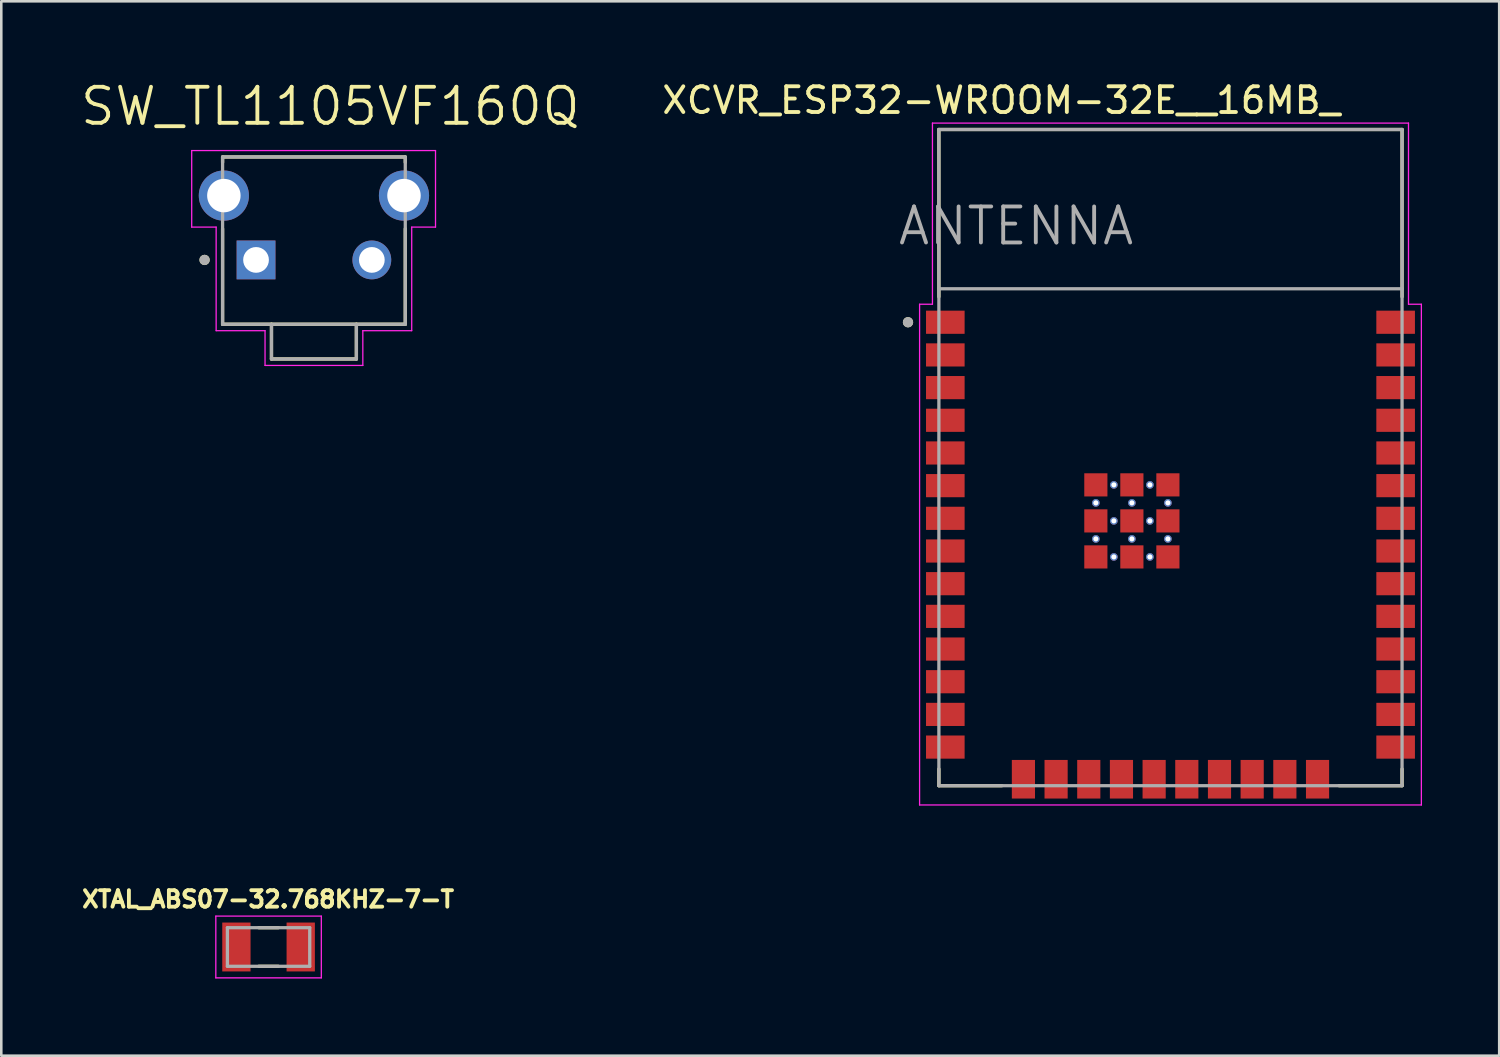
<source format=kicad_pcb>
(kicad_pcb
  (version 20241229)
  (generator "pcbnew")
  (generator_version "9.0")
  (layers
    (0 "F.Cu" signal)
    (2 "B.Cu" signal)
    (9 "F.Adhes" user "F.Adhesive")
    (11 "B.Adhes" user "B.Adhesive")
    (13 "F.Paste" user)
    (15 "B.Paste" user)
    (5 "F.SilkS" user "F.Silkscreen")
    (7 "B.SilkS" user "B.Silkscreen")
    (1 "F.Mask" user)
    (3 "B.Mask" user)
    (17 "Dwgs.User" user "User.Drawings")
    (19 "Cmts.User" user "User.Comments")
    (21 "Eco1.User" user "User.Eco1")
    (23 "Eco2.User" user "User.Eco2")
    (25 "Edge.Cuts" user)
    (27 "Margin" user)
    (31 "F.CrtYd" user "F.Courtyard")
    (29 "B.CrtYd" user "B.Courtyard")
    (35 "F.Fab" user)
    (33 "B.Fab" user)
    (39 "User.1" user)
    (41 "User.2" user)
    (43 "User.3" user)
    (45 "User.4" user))
  (footprint "XTAL_ABS07-32.768KHZ-7-T"
    (layer "F.Cu")
    (at 7.387 33.752)
    (property "Reference" "XTAL_ABS07-32.768KHZ-7-T" (at -0.018 -1.856 0) (layer "F.SilkS") (effects (font (size 0.64 0.64) (thickness 0.15))))
    (attr smd)
    (fp_line (start -0.38 -0.75) (end 0.38 -0.75) (stroke (width 0.127) (type solid)) (layer "F.SilkS"))
    (fp_line (start -0.38 0.75) (end 0.38 0.75) (stroke (width 0.127) (type solid)) (layer "F.SilkS"))
    (fp_line (start -2.05 -1.2) (end -2.05 1.2) (stroke (width 0.05) (type solid)) (layer "F.CrtYd"))
    (fp_line (start -2.05 1.2) (end 2.05 1.2) (stroke (width 0.05) (type solid)) (layer "F.CrtYd"))
    (fp_line (start 2.05 -1.2) (end -2.05 -1.2) (stroke (width 0.05) (type solid)) (layer "F.CrtYd"))
    (fp_line (start 2.05 1.2) (end 2.05 -1.2) (stroke (width 0.05) (type solid)) (layer "F.CrtYd"))
    (fp_line (start -1.6 -0.75) (end -1.6 0.75) (stroke (width 0.127) (type solid)) (layer "F.Fab"))
    (fp_line (start -1.6 -0.75) (end 1.6 -0.75) (stroke (width 0.127) (type solid)) (layer "F.Fab"))
    (fp_line (start -1.6 0.75) (end 1.6 0.75) (stroke (width 0.127) (type solid)) (layer "F.Fab"))
    (fp_line (start 1.6 -0.75) (end 1.6 0.75) (stroke (width 0.127) (type solid)) (layer "F.Fab"))
    (pad "1" smd rect (at -1.25 0) (size 1.1 1.9) (layers "F.Cu" "F.Mask" "F.Paste"))
    (pad "2" smd rect (at 1.25 0) (size 1.1 1.9) (layers "F.Cu" "F.Mask" "F.Paste")))
  (footprint "SW_TL1105VF160Q"
    (layer "F.Cu")
    (at 9.15 7.051)
    (property "Reference" "SW_TL1105VF160Q" (at 0.635 -5.969 0) (layer "F.SilkS") (effects (font (size 1.4 1.4) (thickness 0.15))))
    (attr through_hole)
    (fp_line (start -3.55 -4) (end 3.55 -4) (stroke (width 0.127) (type solid)) (layer "F.SilkS"))
    (fp_line (start -3.55 -3.788) (end -3.55 -4) (stroke (width 0.127) (type solid)) (layer "F.SilkS"))
    (fp_line (start -3.55 -1.212) (end -3.55 2.5) (stroke (width 0.127) (type solid)) (layer "F.SilkS"))
    (fp_line (start -3.55 2.5) (end -1.65 2.5) (stroke (width 0.127) (type solid)) (layer "F.SilkS"))
    (fp_line (start -1.65 2.5) (end -1.65 3.85) (stroke (width 0.127) (type solid)) (layer "F.SilkS"))
    (fp_line (start -1.65 2.5) (end 1.65 2.5) (stroke (width 0.127) (type solid)) (layer "F.SilkS"))
    (fp_line (start -1.65 3.85) (end 1.65 3.85) (stroke (width 0.127) (type solid)) (layer "F.SilkS"))
    (fp_line (start 1.65 2.5) (end 3.55 2.5) (stroke (width 0.127) (type solid)) (layer "F.SilkS"))
    (fp_line (start 1.65 3.85) (end 1.65 2.5) (stroke (width 0.127) (type solid)) (layer "F.SilkS"))
    (fp_line (start 3.55 -4) (end 3.55 -3.788) (stroke (width 0.127) (type solid)) (layer "F.SilkS"))
    (fp_line (start 3.55 2.5) (end 3.55 -1.212) (stroke (width 0.127) (type solid)) (layer "F.SilkS"))
    (fp_circle (center -4.25 0) (end -4.15 0) (stroke (width 0.2) (type solid)) (fill no) (layer "F.SilkS"))
    (fp_line (start -4.75 -4.25) (end -4.75 -1.275) (stroke (width 0.05) (type solid)) (layer "F.CrtYd"))
    (fp_line (start -4.75 -1.275) (end -3.8 -1.275) (stroke (width 0.05) (type solid)) (layer "F.CrtYd"))
    (fp_line (start -3.8 -1.275) (end -3.8 2.75) (stroke (width 0.05) (type solid)) (layer "F.CrtYd"))
    (fp_line (start -3.8 2.75) (end -1.9 2.75) (stroke (width 0.05) (type solid)) (layer "F.CrtYd"))
    (fp_line (start -1.9 2.75) (end -1.9 4.1) (stroke (width 0.05) (type solid)) (layer "F.CrtYd"))
    (fp_line (start -1.9 4.1) (end 1.9 4.1) (stroke (width 0.05) (type solid)) (layer "F.CrtYd"))
    (fp_line (start 1.9 2.75) (end 3.8 2.75) (stroke (width 0.05) (type solid)) (layer "F.CrtYd"))
    (fp_line (start 1.9 4.1) (end 1.9 2.75) (stroke (width 0.05) (type solid)) (layer "F.CrtYd"))
    (fp_line (start 3.8 -1.275) (end 4.725 -1.275) (stroke (width 0.05) (type solid)) (layer "F.CrtYd"))
    (fp_line (start 3.8 2.75) (end 3.8 -1.275) (stroke (width 0.05) (type solid)) (layer "F.CrtYd"))
    (fp_line (start 4.725 -4.25) (end -4.75 -4.25) (stroke (width 0.05) (type solid)) (layer "F.CrtYd"))
    (fp_line (start 4.725 -1.275) (end 4.725 -4.25) (stroke (width 0.05) (type solid)) (layer "F.CrtYd"))
    (fp_line (start -3.55 -4) (end -3.55 2.5) (stroke (width 0.127) (type solid)) (layer "F.Fab"))
    (fp_line (start -3.55 2.5) (end 3.55 2.5) (stroke (width 0.127) (type solid)) (layer "F.Fab"))
    (fp_line (start -1.65 2.54) (end -1.65 3.85) (stroke (width 0.127) (type solid)) (layer "F.Fab"))
    (fp_line (start -1.65 3.85) (end 1.65 3.85) (stroke (width 0.127) (type solid)) (layer "F.Fab"))
    (fp_line (start 1.65 3.85) (end 1.65 2.54) (stroke (width 0.127) (type solid)) (layer "F.Fab"))
    (fp_line (start 3.55 -4) (end -3.55 -4) (stroke (width 0.127) (type solid)) (layer "F.Fab"))
    (fp_line (start 3.55 2.5) (end 3.55 -4) (stroke (width 0.127) (type solid)) (layer "F.Fab"))
    (fp_circle (center -4.25 0) (end -4.15 0) (stroke (width 0.2) (type solid)) (fill no) (layer "F.Fab"))
    (pad "1" thru_hole rect (at -2.25 0) (size 1.508 1.508) (drill 1) (layers "*.Cu" "*.Mask"))
    (pad "2" thru_hole circle (at 2.25 0) (size 1.508 1.508) (drill 1) (layers "*.Cu" "*.Mask"))
    (pad "S1" thru_hole circle (at -3.5 -2.5) (size 1.95 1.95) (drill 1.3) (layers "*.Cu" "*.Mask"))
    (pad "S2" thru_hole circle (at 3.5 -2.5) (size 1.95 1.95) (drill 1.3) (layers "*.Cu" "*.Mask")))
  (footprint "XCVR_ESP32-WROOM-32E__16MB_"
    (layer "F.Cu")
    (at 42.437 14.733)
    (property "Reference" "XCVR_ESP32-WROOM-32E__16MB_" (at -6.575 -13.885 0) (layer "F.SilkS") (effects (font (size 1 1) (thickness 0.15))))
    (attr smd)
    (fp_line (start -9 -12.75) (end 9 -12.75) (stroke (width 0.127) (type solid)) (layer "F.SilkS"))
    (fp_line (start -9 -6.25) (end -9 -12.75) (stroke (width 0.127) (type solid)) (layer "F.SilkS"))
    (fp_line (start -9 12.1) (end -9 12.75) (stroke (width 0.127) (type solid)) (layer "F.SilkS"))
    (fp_line (start -9 12.75) (end -6.55 12.75) (stroke (width 0.127) (type solid)) (layer "F.SilkS"))
    (fp_line (start 6.55 12.75) (end 9 12.75) (stroke (width 0.127) (type solid)) (layer "F.SilkS"))
    (fp_line (start 9 -12.75) (end 9 -6.25) (stroke (width 0.127) (type solid)) (layer "F.SilkS"))
    (fp_line (start 9 12.75) (end 9 12.1) (stroke (width 0.127) (type solid)) (layer "F.SilkS"))
    (fp_circle (center -10.2 -5.26) (end -10.1 -5.26) (stroke (width 0.2) (type solid)) (fill no) (layer "F.SilkS"))
    (fp_line (start -9.75 -5.96) (end -9.25 -5.96) (stroke (width 0.05) (type solid)) (layer "F.CrtYd"))
    (fp_line (start -9.75 13.5) (end -9.75 -5.96) (stroke (width 0.05) (type solid)) (layer "F.CrtYd"))
    (fp_line (start -9.25 -13) (end 9.25 -13) (stroke (width 0.05) (type solid)) (layer "F.CrtYd"))
    (fp_line (start -9.25 -5.96) (end -9.25 -13) (stroke (width 0.05) (type solid)) (layer "F.CrtYd"))
    (fp_line (start 9.25 -13) (end 9.25 -5.96) (stroke (width 0.05) (type solid)) (layer "F.CrtYd"))
    (fp_line (start 9.25 -5.96) (end 9.75 -5.96) (stroke (width 0.05) (type solid)) (layer "F.CrtYd"))
    (fp_line (start 9.75 -5.96) (end 9.75 13.5) (stroke (width 0.05) (type solid)) (layer "F.CrtYd"))
    (fp_line (start 9.75 13.5) (end -9.75 13.5) (stroke (width 0.05) (type solid)) (layer "F.CrtYd"))
    (fp_line (start -9 -12.75) (end -9 -6.56) (stroke (width 0.127) (type solid)) (layer "F.Fab"))
    (fp_line (start -9 -12.75) (end 9 -12.75) (stroke (width 0.127) (type solid)) (layer "F.Fab"))
    (fp_line (start -9 -6.56) (end 9 -6.56) (stroke (width 0.127) (type solid)) (layer "F.Fab"))
    (fp_line (start -9 12.75) (end -9 -6.56) (stroke (width 0.127) (type solid)) (layer "F.Fab"))
    (fp_line (start 9 -12.75) (end 9 -6.56) (stroke (width 0.127) (type solid)) (layer "F.Fab"))
    (fp_line (start 9 -6.56) (end 9 12.75) (stroke (width 0.127) (type solid)) (layer "F.Fab"))
    (fp_line (start 9 12.75) (end -9 12.75) (stroke (width 0.127) (type solid)) (layer "F.Fab"))
    (fp_circle (center -10.2 -5.26) (end -10.1 -5.26) (stroke (width 0.2) (type solid)) (fill no) (layer "F.Fab"))
    (fp_text user "ANTENNA" (at -6 -9 0) (layer "F.Fab") (effects (font (size 1.4 1.4) (thickness 0.15))))
    (pad "1" smd rect (at -8.75 -5.26) (size 1.5 0.9) (layers "F.Cu" "F.Mask" "F.Paste"))
    (pad "2" smd rect (at -8.75 -3.99) (size 1.5 0.9) (layers "F.Cu" "F.Mask" "F.Paste"))
    (pad "3" smd rect (at -8.75 -2.72) (size 1.5 0.9) (layers "F.Cu" "F.Mask" "F.Paste"))
    (pad "4" smd rect (at -8.75 -1.45) (size 1.5 0.9) (layers "F.Cu" "F.Mask" "F.Paste"))
    (pad "5" smd rect (at -8.75 -0.18) (size 1.5 0.9) (layers "F.Cu" "F.Mask" "F.Paste"))
    (pad "6" smd rect (at -8.75 1.09) (size 1.5 0.9) (layers "F.Cu" "F.Mask" "F.Paste"))
    (pad "7" smd rect (at -8.75 2.36) (size 1.5 0.9) (layers "F.Cu" "F.Mask" "F.Paste"))
    (pad "8" smd rect (at -8.75 3.63) (size 1.5 0.9) (layers "F.Cu" "F.Mask" "F.Paste"))
    (pad "9" smd rect (at -8.75 4.9) (size 1.5 0.9) (layers "F.Cu" "F.Mask" "F.Paste"))
    (pad "10" smd rect (at -8.75 6.17) (size 1.5 0.9) (layers "F.Cu" "F.Mask" "F.Paste"))
    (pad "11" smd rect (at -8.75 7.44) (size 1.5 0.9) (layers "F.Cu" "F.Mask" "F.Paste"))
    (pad "12" smd rect (at -8.75 8.71) (size 1.5 0.9) (layers "F.Cu" "F.Mask" "F.Paste"))
    (pad "13" smd rect (at -8.75 9.98) (size 1.5 0.9) (layers "F.Cu" "F.Mask" "F.Paste"))
    (pad "14" smd rect (at -8.75 11.25) (size 1.5 0.9) (layers "F.Cu" "F.Mask" "F.Paste"))
    (pad "15" smd rect (at -5.715 12.5) (size 0.9 1.5) (layers "F.Cu" "F.Mask" "F.Paste"))
    (pad "16" smd rect (at -4.445 12.5) (size 0.9 1.5) (layers "F.Cu" "F.Mask" "F.Paste"))
    (pad "17" smd rect (at -3.175 12.5) (size 0.9 1.5) (layers "F.Cu" "F.Mask" "F.Paste"))
    (pad "18" smd rect (at -1.905 12.5) (size 0.9 1.5) (layers "F.Cu" "F.Mask" "F.Paste"))
    (pad "19" smd rect (at -0.635 12.5) (size 0.9 1.5) (layers "F.Cu" "F.Mask" "F.Paste"))
    (pad "20" smd rect (at 0.635 12.5) (size 0.9 1.5) (layers "F.Cu" "F.Mask" "F.Paste"))
    (pad "21" smd rect (at 1.905 12.5) (size 0.9 1.5) (layers "F.Cu" "F.Mask" "F.Paste"))
    (pad "22" smd rect (at 3.175 12.5) (size 0.9 1.5) (layers "F.Cu" "F.Mask" "F.Paste"))
    (pad "23" smd rect (at 4.445 12.5) (size 0.9 1.5) (layers "F.Cu" "F.Mask" "F.Paste"))
    (pad "24" smd rect (at 5.715 12.5) (size 0.9 1.5) (layers "F.Cu" "F.Mask" "F.Paste"))
    (pad "25" smd rect (at 8.75 11.25) (size 1.5 0.9) (layers "F.Cu" "F.Mask" "F.Paste"))
    (pad "26" smd rect (at 8.75 9.98) (size 1.5 0.9) (layers "F.Cu" "F.Mask" "F.Paste"))
    (pad "27" smd rect (at 8.75 8.71) (size 1.5 0.9) (layers "F.Cu" "F.Mask" "F.Paste"))
    (pad "28" smd rect (at 8.75 7.44) (size 1.5 0.9) (layers "F.Cu" "F.Mask" "F.Paste"))
    (pad "29" smd rect (at 8.75 6.17) (size 1.5 0.9) (layers "F.Cu" "F.Mask" "F.Paste"))
    (pad "30" smd rect (at 8.75 4.9) (size 1.5 0.9) (layers "F.Cu" "F.Mask" "F.Paste"))
    (pad "31" smd rect (at 8.75 3.63) (size 1.5 0.9) (layers "F.Cu" "F.Mask" "F.Paste"))
    (pad "32" smd rect (at 8.75 2.36) (size 1.5 0.9) (layers "F.Cu" "F.Mask" "F.Paste"))
    (pad "33" smd rect (at 8.75 1.09) (size 1.5 0.9) (layers "F.Cu" "F.Mask" "F.Paste"))
    (pad "34" smd rect (at 8.75 -0.18) (size 1.5 0.9) (layers "F.Cu" "F.Mask" "F.Paste"))
    (pad "35" smd rect (at 8.75 -1.45) (size 1.5 0.9) (layers "F.Cu" "F.Mask" "F.Paste"))
    (pad "36" smd rect (at 8.75 -2.72) (size 1.5 0.9) (layers "F.Cu" "F.Mask" "F.Paste"))
    (pad "37" smd rect (at 8.75 -3.99) (size 1.5 0.9) (layers "F.Cu" "F.Mask" "F.Paste"))
    (pad "38" smd rect (at 8.75 -5.26) (size 1.5 0.9) (layers "F.Cu" "F.Mask" "F.Paste"))
    (pad "39_1" smd rect (at -2.9 1.06) (size 0.9 0.9) (layers "F.Cu" "F.Mask" "F.Paste"))
    (pad "39_2" smd rect (at -1.5 1.06) (size 0.9 0.9) (layers "F.Cu" "F.Mask" "F.Paste"))
    (pad "39_3" smd rect (at -0.1 1.06) (size 0.9 0.9) (layers "F.Cu" "F.Mask" "F.Paste"))
    (pad "39_4" smd rect (at -2.9 2.46) (size 0.9 0.9) (layers "F.Cu" "F.Mask" "F.Paste"))
    (pad "39_5" smd rect (at -1.5 2.46) (size 0.9 0.9) (layers "F.Cu" "F.Mask" "F.Paste"))
    (pad "39_6" smd rect (at -0.1 2.46) (size 0.9 0.9) (layers "F.Cu" "F.Mask" "F.Paste"))
    (pad "39_7" smd rect (at -2.9 3.86) (size 0.9 0.9) (layers "F.Cu" "F.Mask" "F.Paste"))
    (pad "39_8" smd rect (at -1.5 3.86) (size 0.9 0.9) (layers "F.Cu" "F.Mask" "F.Paste"))
    (pad "39_9" smd rect (at -0.1 3.86) (size 0.9 0.9) (layers "F.Cu" "F.Mask" "F.Paste"))
    (pad "39_10" thru_hole circle (at -2.2 1.06) (size 0.3 0.3) (drill 0.2) (layers "*.Cu"))
    (pad "39_11" thru_hole circle (at -0.8 1.06) (size 0.3 0.3) (drill 0.2) (layers "*.Cu"))
    (pad "39_12" thru_hole circle (at -2.9 1.76) (size 0.3 0.3) (drill 0.2) (layers "*.Cu"))
    (pad "39_13" thru_hole circle (at -1.5 1.76) (size 0.3 0.3) (drill 0.2) (layers "*.Cu"))
    (pad "39_14" thru_hole circle (at -0.1 1.76) (size 0.3 0.3) (drill 0.2) (layers "*.Cu"))
    (pad "39_15" thru_hole circle (at -2.2 2.46) (size 0.3 0.3) (drill 0.2) (layers "*.Cu"))
    (pad "39_16" thru_hole circle (at -0.8 2.46) (size 0.3 0.3) (drill 0.2) (layers "*.Cu"))
    (pad "39_17" thru_hole circle (at -2.9 3.16) (size 0.3 0.3) (drill 0.2) (layers "*.Cu"))
    (pad "39_18" thru_hole circle (at -1.5 3.16) (size 0.3 0.3) (drill 0.2) (layers "*.Cu"))
    (pad "39_19" thru_hole circle (at -0.1 3.16) (size 0.3 0.3) (drill 0.2) (layers "*.Cu"))
    (pad "39_20" thru_hole circle (at -2.2 3.86) (size 0.3 0.3) (drill 0.2) (layers "*.Cu"))
    (pad "39_21" thru_hole circle (at -0.8 3.86) (size 0.3 0.3) (drill 0.2) (layers "*.Cu"))
    (zone (net_name "") (layer "F.Cu") (hatch full 0.508) (connect_pads) (min_thickness 0.01) (filled_areas_thickness no) (keepout (tracks not_allowed) (vias not_allowed) (pads not_allowed) (copperpour not_allowed) (footprints allowed)) (placement (enabled no)) (fill) (polygon (pts (xy 33.437 1.983) (xy 51.437 1.983) (xy 51.437 8.173) (xy 33.437 8.173))))
    (zone (net_name "") (layers "F.Cu" "B.Cu") (hatch full 0.508) (connect_pads) (min_thickness 0.01) (filled_areas_thickness no) (keepout (tracks allowed) (vias not_allowed) (pads allowed) (copperpour allowed) (footprints allowed)) (placement (enabled no)) (fill) (polygon (pts (xy 33.437 1.983) (xy 51.437 1.983) (xy 51.437 8.173) (xy 33.437 8.173)))))
  (gr_rect
    (start -3 -3)
    (end 55.212 37.977)
    (stroke (width 0.1) (type default))
    (fill no)
    (layer "Edge.Cuts")))
</source>
